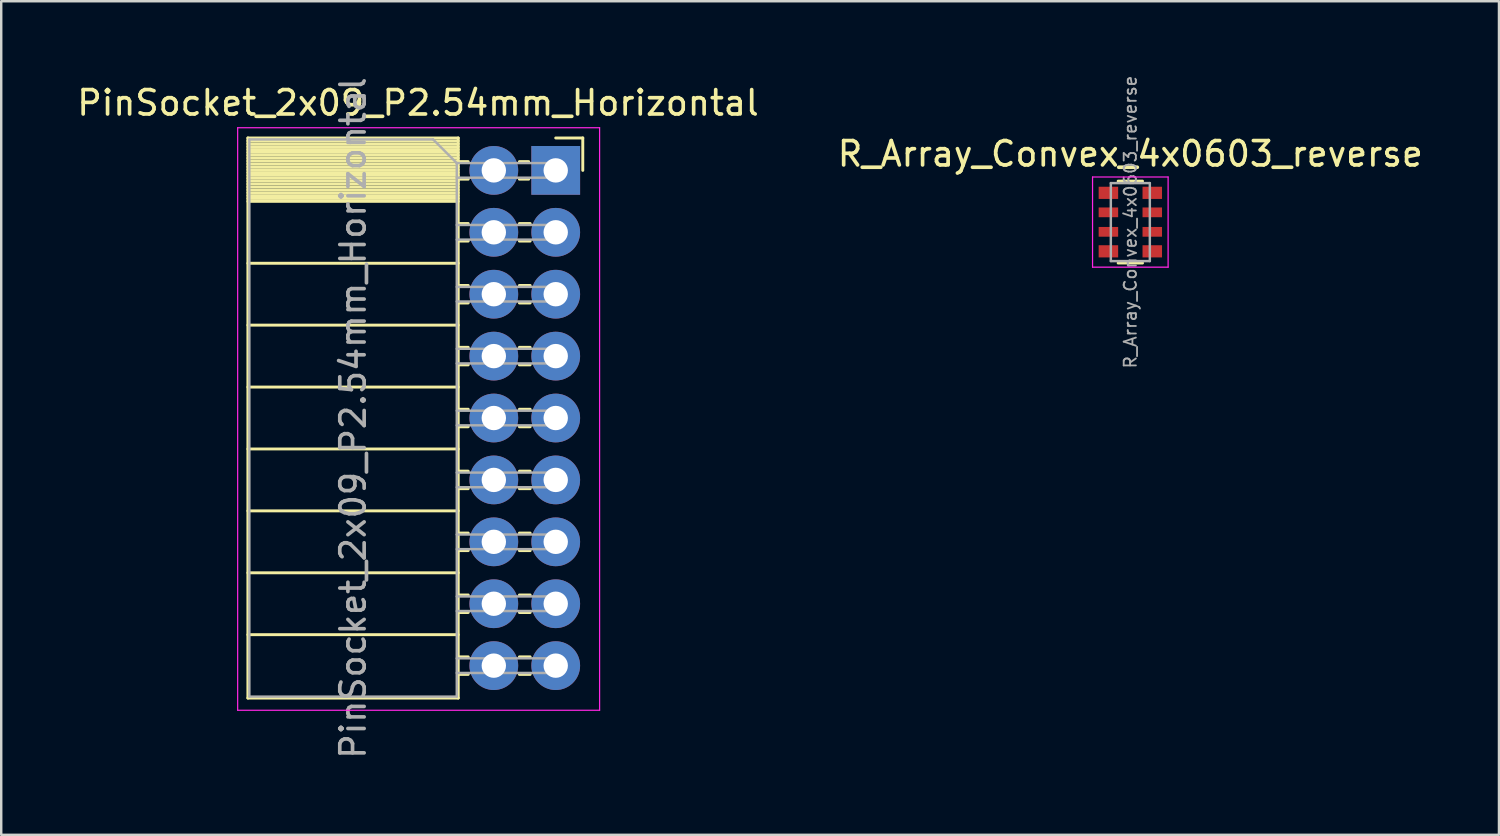
<source format=kicad_pcb>
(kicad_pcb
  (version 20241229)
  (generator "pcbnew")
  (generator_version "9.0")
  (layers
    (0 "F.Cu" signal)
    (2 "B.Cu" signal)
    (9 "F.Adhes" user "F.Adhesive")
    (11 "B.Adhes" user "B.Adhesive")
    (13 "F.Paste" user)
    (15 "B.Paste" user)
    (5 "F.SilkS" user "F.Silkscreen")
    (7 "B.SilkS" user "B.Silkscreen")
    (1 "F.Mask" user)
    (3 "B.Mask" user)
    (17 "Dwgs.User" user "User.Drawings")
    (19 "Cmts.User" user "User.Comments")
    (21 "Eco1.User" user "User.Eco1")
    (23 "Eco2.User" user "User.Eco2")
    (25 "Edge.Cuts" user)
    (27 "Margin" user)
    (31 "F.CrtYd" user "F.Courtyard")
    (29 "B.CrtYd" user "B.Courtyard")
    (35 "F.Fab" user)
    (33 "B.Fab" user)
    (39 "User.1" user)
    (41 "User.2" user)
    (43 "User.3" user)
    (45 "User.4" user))
  (footprint "PinSocket_2x09_P2.54mm_Horizontal"
    (layer "F.Cu")
    (at 19.751 3.941)
    (property "Reference" "PinSocket_2x09_P2.54mm_Horizontal" (at -5.65 -2.77 0) (layer "F.SilkS") (effects (font (size 1 1) (thickness 0.15))))
    (attr through_hole)
    (fp_line (start -12.63 -1.33) (end -12.63 21.65) (stroke (width 0.12) (type solid)) (layer "F.SilkS"))
    (fp_line (start -12.63 -1.33) (end -4 -1.33) (stroke (width 0.12) (type solid)) (layer "F.SilkS"))
    (fp_line (start -12.63 -1.21) (end -4 -1.21) (stroke (width 0.12) (type solid)) (layer "F.SilkS"))
    (fp_line (start -12.63 -1.092) (end -4 -1.092) (stroke (width 0.12) (type solid)) (layer "F.SilkS"))
    (fp_line (start -12.63 -0.974) (end -4 -0.974) (stroke (width 0.12) (type solid)) (layer "F.SilkS"))
    (fp_line (start -12.63 -0.856) (end -4 -0.856) (stroke (width 0.12) (type solid)) (layer "F.SilkS"))
    (fp_line (start -12.63 -0.738) (end -4 -0.738) (stroke (width 0.12) (type solid)) (layer "F.SilkS"))
    (fp_line (start -12.63 -0.62) (end -4 -0.62) (stroke (width 0.12) (type solid)) (layer "F.SilkS"))
    (fp_line (start -12.63 -0.501) (end -4 -0.501) (stroke (width 0.12) (type solid)) (layer "F.SilkS"))
    (fp_line (start -12.63 -0.383) (end -4 -0.383) (stroke (width 0.12) (type solid)) (layer "F.SilkS"))
    (fp_line (start -12.63 -0.265) (end -4 -0.265) (stroke (width 0.12) (type solid)) (layer "F.SilkS"))
    (fp_line (start -12.63 -0.147) (end -4 -0.147) (stroke (width 0.12) (type solid)) (layer "F.SilkS"))
    (fp_line (start -12.63 -0.029) (end -4 -0.029) (stroke (width 0.12) (type solid)) (layer "F.SilkS"))
    (fp_line (start -12.63 0.089) (end -4 0.089) (stroke (width 0.12) (type solid)) (layer "F.SilkS"))
    (fp_line (start -12.63 0.207) (end -4 0.207) (stroke (width 0.12) (type solid)) (layer "F.SilkS"))
    (fp_line (start -12.63 0.325) (end -4 0.325) (stroke (width 0.12) (type solid)) (layer "F.SilkS"))
    (fp_line (start -12.63 0.443) (end -4 0.443) (stroke (width 0.12) (type solid)) (layer "F.SilkS"))
    (fp_line (start -12.63 0.561) (end -4 0.561) (stroke (width 0.12) (type solid)) (layer "F.SilkS"))
    (fp_line (start -12.63 0.68) (end -4 0.68) (stroke (width 0.12) (type solid)) (layer "F.SilkS"))
    (fp_line (start -12.63 0.798) (end -4 0.798) (stroke (width 0.12) (type solid)) (layer "F.SilkS"))
    (fp_line (start -12.63 0.916) (end -4 0.916) (stroke (width 0.12) (type solid)) (layer "F.SilkS"))
    (fp_line (start -12.63 1.034) (end -4 1.034) (stroke (width 0.12) (type solid)) (layer "F.SilkS"))
    (fp_line (start -12.63 1.152) (end -4 1.152) (stroke (width 0.12) (type solid)) (layer "F.SilkS"))
    (fp_line (start -12.63 1.27) (end -4 1.27) (stroke (width 0.12) (type solid)) (layer "F.SilkS"))
    (fp_line (start -12.63 3.81) (end -4 3.81) (stroke (width 0.12) (type solid)) (layer "F.SilkS"))
    (fp_line (start -12.63 6.35) (end -4 6.35) (stroke (width 0.12) (type solid)) (layer "F.SilkS"))
    (fp_line (start -12.63 8.89) (end -4 8.89) (stroke (width 0.12) (type solid)) (layer "F.SilkS"))
    (fp_line (start -12.63 11.43) (end -4 11.43) (stroke (width 0.12) (type solid)) (layer "F.SilkS"))
    (fp_line (start -12.63 13.97) (end -4 13.97) (stroke (width 0.12) (type solid)) (layer "F.SilkS"))
    (fp_line (start -12.63 16.51) (end -4 16.51) (stroke (width 0.12) (type solid)) (layer "F.SilkS"))
    (fp_line (start -12.63 19.05) (end -4 19.05) (stroke (width 0.12) (type solid)) (layer "F.SilkS"))
    (fp_line (start -12.63 21.65) (end -4 21.65) (stroke (width 0.12) (type solid)) (layer "F.SilkS"))
    (fp_line (start -4 -1.33) (end -4 21.65) (stroke (width 0.12) (type solid)) (layer "F.SilkS"))
    (fp_line (start -4 -0.36) (end -3.59 -0.36) (stroke (width 0.12) (type solid)) (layer "F.SilkS"))
    (fp_line (start -4 0.36) (end -3.59 0.36) (stroke (width 0.12) (type solid)) (layer "F.SilkS"))
    (fp_line (start -4 2.18) (end -3.59 2.18) (stroke (width 0.12) (type solid)) (layer "F.SilkS"))
    (fp_line (start -4 2.9) (end -3.59 2.9) (stroke (width 0.12) (type solid)) (layer "F.SilkS"))
    (fp_line (start -4 4.72) (end -3.59 4.72) (stroke (width 0.12) (type solid)) (layer "F.SilkS"))
    (fp_line (start -4 5.44) (end -3.59 5.44) (stroke (width 0.12) (type solid)) (layer "F.SilkS"))
    (fp_line (start -4 7.26) (end -3.59 7.26) (stroke (width 0.12) (type solid)) (layer "F.SilkS"))
    (fp_line (start -4 7.98) (end -3.59 7.98) (stroke (width 0.12) (type solid)) (layer "F.SilkS"))
    (fp_line (start -4 9.8) (end -3.59 9.8) (stroke (width 0.12) (type solid)) (layer "F.SilkS"))
    (fp_line (start -4 10.52) (end -3.59 10.52) (stroke (width 0.12) (type solid)) (layer "F.SilkS"))
    (fp_line (start -4 12.34) (end -3.59 12.34) (stroke (width 0.12) (type solid)) (layer "F.SilkS"))
    (fp_line (start -4 13.06) (end -3.59 13.06) (stroke (width 0.12) (type solid)) (layer "F.SilkS"))
    (fp_line (start -4 14.88) (end -3.59 14.88) (stroke (width 0.12) (type solid)) (layer "F.SilkS"))
    (fp_line (start -4 15.6) (end -3.59 15.6) (stroke (width 0.12) (type solid)) (layer "F.SilkS"))
    (fp_line (start -4 17.42) (end -3.59 17.42) (stroke (width 0.12) (type solid)) (layer "F.SilkS"))
    (fp_line (start -4 18.14) (end -3.59 18.14) (stroke (width 0.12) (type solid)) (layer "F.SilkS"))
    (fp_line (start -4 19.96) (end -3.59 19.96) (stroke (width 0.12) (type solid)) (layer "F.SilkS"))
    (fp_line (start -4 20.68) (end -3.59 20.68) (stroke (width 0.12) (type solid)) (layer "F.SilkS"))
    (fp_line (start -1.49 -0.36) (end -1.11 -0.36) (stroke (width 0.12) (type solid)) (layer "F.SilkS"))
    (fp_line (start -1.49 0.36) (end -1.11 0.36) (stroke (width 0.12) (type solid)) (layer "F.SilkS"))
    (fp_line (start -1.49 2.18) (end -1.05 2.18) (stroke (width 0.12) (type solid)) (layer "F.SilkS"))
    (fp_line (start -1.49 2.9) (end -1.05 2.9) (stroke (width 0.12) (type solid)) (layer "F.SilkS"))
    (fp_line (start -1.49 4.72) (end -1.05 4.72) (stroke (width 0.12) (type solid)) (layer "F.SilkS"))
    (fp_line (start -1.49 5.44) (end -1.05 5.44) (stroke (width 0.12) (type solid)) (layer "F.SilkS"))
    (fp_line (start -1.49 7.26) (end -1.05 7.26) (stroke (width 0.12) (type solid)) (layer "F.SilkS"))
    (fp_line (start -1.49 7.98) (end -1.05 7.98) (stroke (width 0.12) (type solid)) (layer "F.SilkS"))
    (fp_line (start -1.49 9.8) (end -1.05 9.8) (stroke (width 0.12) (type solid)) (layer "F.SilkS"))
    (fp_line (start -1.49 10.52) (end -1.05 10.52) (stroke (width 0.12) (type solid)) (layer "F.SilkS"))
    (fp_line (start -1.49 12.34) (end -1.05 12.34) (stroke (width 0.12) (type solid)) (layer "F.SilkS"))
    (fp_line (start -1.49 13.06) (end -1.05 13.06) (stroke (width 0.12) (type solid)) (layer "F.SilkS"))
    (fp_line (start -1.49 14.88) (end -1.05 14.88) (stroke (width 0.12) (type solid)) (layer "F.SilkS"))
    (fp_line (start -1.49 15.6) (end -1.05 15.6) (stroke (width 0.12) (type solid)) (layer "F.SilkS"))
    (fp_line (start -1.49 17.42) (end -1.05 17.42) (stroke (width 0.12) (type solid)) (layer "F.SilkS"))
    (fp_line (start -1.49 18.14) (end -1.05 18.14) (stroke (width 0.12) (type solid)) (layer "F.SilkS"))
    (fp_line (start -1.49 19.96) (end -1.05 19.96) (stroke (width 0.12) (type solid)) (layer "F.SilkS"))
    (fp_line (start -1.49 20.68) (end -1.05 20.68) (stroke (width 0.12) (type solid)) (layer "F.SilkS"))
    (fp_line (start 0 -1.33) (end 1.11 -1.33) (stroke (width 0.12) (type solid)) (layer "F.SilkS"))
    (fp_line (start 1.11 -1.33) (end 1.11 0) (stroke (width 0.12) (type solid)) (layer "F.SilkS"))
    (fp_line (start -13.05 -1.75) (end -13.05 22.15) (stroke (width 0.05) (type solid)) (layer "F.CrtYd"))
    (fp_line (start -13.05 22.15) (end 1.8 22.15) (stroke (width 0.05) (type solid)) (layer "F.CrtYd"))
    (fp_line (start 1.8 -1.75) (end -13.05 -1.75) (stroke (width 0.05) (type solid)) (layer "F.CrtYd"))
    (fp_line (start 1.8 22.15) (end 1.8 -1.75) (stroke (width 0.05) (type solid)) (layer "F.CrtYd"))
    (fp_line (start -12.57 -1.27) (end -5.03 -1.27) (stroke (width 0.1) (type solid)) (layer "F.Fab"))
    (fp_line (start -12.57 21.59) (end -12.57 -1.27) (stroke (width 0.1) (type solid)) (layer "F.Fab"))
    (fp_line (start -5.03 -1.27) (end -4.06 -0.3) (stroke (width 0.1) (type solid)) (layer "F.Fab"))
    (fp_line (start -4.06 -0.3) (end -4.06 21.59) (stroke (width 0.1) (type solid)) (layer "F.Fab"))
    (fp_line (start -4.06 0.3) (end 0 0.3) (stroke (width 0.1) (type solid)) (layer "F.Fab"))
    (fp_line (start -4.06 2.84) (end 0 2.84) (stroke (width 0.1) (type solid)) (layer "F.Fab"))
    (fp_line (start -4.06 5.38) (end 0 5.38) (stroke (width 0.1) (type solid)) (layer "F.Fab"))
    (fp_line (start -4.06 7.92) (end 0 7.92) (stroke (width 0.1) (type solid)) (layer "F.Fab"))
    (fp_line (start -4.06 10.46) (end 0 10.46) (stroke (width 0.1) (type solid)) (layer "F.Fab"))
    (fp_line (start -4.06 13) (end 0 13) (stroke (width 0.1) (type solid)) (layer "F.Fab"))
    (fp_line (start -4.06 15.54) (end 0 15.54) (stroke (width 0.1) (type solid)) (layer "F.Fab"))
    (fp_line (start -4.06 18.08) (end 0 18.08) (stroke (width 0.1) (type solid)) (layer "F.Fab"))
    (fp_line (start -4.06 20.62) (end 0 20.62) (stroke (width 0.1) (type solid)) (layer "F.Fab"))
    (fp_line (start -4.06 21.59) (end -12.57 21.59) (stroke (width 0.1) (type solid)) (layer "F.Fab"))
    (fp_line (start 0 -0.3) (end -4.06 -0.3) (stroke (width 0.1) (type solid)) (layer "F.Fab"))
    (fp_line (start 0 0.3) (end 0 -0.3) (stroke (width 0.1) (type solid)) (layer "F.Fab"))
    (fp_line (start 0 2.24) (end -4.06 2.24) (stroke (width 0.1) (type solid)) (layer "F.Fab"))
    (fp_line (start 0 2.84) (end 0 2.24) (stroke (width 0.1) (type solid)) (layer "F.Fab"))
    (fp_line (start 0 4.78) (end -4.06 4.78) (stroke (width 0.1) (type solid)) (layer "F.Fab"))
    (fp_line (start 0 5.38) (end 0 4.78) (stroke (width 0.1) (type solid)) (layer "F.Fab"))
    (fp_line (start 0 7.32) (end -4.06 7.32) (stroke (width 0.1) (type solid)) (layer "F.Fab"))
    (fp_line (start 0 7.92) (end 0 7.32) (stroke (width 0.1) (type solid)) (layer "F.Fab"))
    (fp_line (start 0 9.86) (end -4.06 9.86) (stroke (width 0.1) (type solid)) (layer "F.Fab"))
    (fp_line (start 0 10.46) (end 0 9.86) (stroke (width 0.1) (type solid)) (layer "F.Fab"))
    (fp_line (start 0 12.4) (end -4.06 12.4) (stroke (width 0.1) (type solid)) (layer "F.Fab"))
    (fp_line (start 0 13) (end 0 12.4) (stroke (width 0.1) (type solid)) (layer "F.Fab"))
    (fp_line (start 0 14.94) (end -4.06 14.94) (stroke (width 0.1) (type solid)) (layer "F.Fab"))
    (fp_line (start 0 15.54) (end 0 14.94) (stroke (width 0.1) (type solid)) (layer "F.Fab"))
    (fp_line (start 0 17.48) (end -4.06 17.48) (stroke (width 0.1) (type solid)) (layer "F.Fab"))
    (fp_line (start 0 18.08) (end 0 17.48) (stroke (width 0.1) (type solid)) (layer "F.Fab"))
    (fp_line (start 0 20.02) (end -4.06 20.02) (stroke (width 0.1) (type solid)) (layer "F.Fab"))
    (fp_line (start 0 20.62) (end 0 20.02) (stroke (width 0.1) (type solid)) (layer "F.Fab"))
    (fp_text user "${REFERENCE}" (at -8.315 10.16 90) (layer "F.Fab") (effects (font (size 1 1) (thickness 0.15))))
    (pad "1" thru_hole rect (at 0 0) (size 2 2) (drill 1) (layers "*.Cu" "*.Mask"))
    (pad "2" thru_hole oval (at -2.54 0) (size 2 2) (drill 1) (layers "*.Cu" "*.Mask"))
    (pad "3" thru_hole oval (at 0 2.54) (size 2 2) (drill 1) (layers "*.Cu" "*.Mask"))
    (pad "4" thru_hole oval (at -2.54 2.54) (size 2 2) (drill 1) (layers "*.Cu" "*.Mask"))
    (pad "5" thru_hole oval (at 0 5.08) (size 2 2) (drill 1) (layers "*.Cu" "*.Mask"))
    (pad "6" thru_hole oval (at -2.54 5.08) (size 2 2) (drill 1) (layers "*.Cu" "*.Mask"))
    (pad "7" thru_hole oval (at 0 7.62) (size 2 2) (drill 1) (layers "*.Cu" "*.Mask"))
    (pad "8" thru_hole oval (at -2.54 7.62) (size 2 2) (drill 1) (layers "*.Cu" "*.Mask"))
    (pad "9" thru_hole oval (at 0 10.16) (size 2 2) (drill 1) (layers "*.Cu" "*.Mask"))
    (pad "10" thru_hole oval (at -2.54 10.16) (size 2 2) (drill 1) (layers "*.Cu" "*.Mask"))
    (pad "11" thru_hole oval (at 0 12.7) (size 2 2) (drill 1) (layers "*.Cu" "*.Mask"))
    (pad "12" thru_hole oval (at -2.54 12.7) (size 2 2) (drill 1) (layers "*.Cu" "*.Mask"))
    (pad "13" thru_hole oval (at 0 15.24) (size 2 2) (drill 1) (layers "*.Cu" "*.Mask"))
    (pad "14" thru_hole oval (at -2.54 15.24) (size 2 2) (drill 1) (layers "*.Cu" "*.Mask"))
    (pad "15" thru_hole oval (at 0 17.78) (size 2 2) (drill 1) (layers "*.Cu" "*.Mask"))
    (pad "16" thru_hole oval (at -2.54 17.78) (size 2 2) (drill 1) (layers "*.Cu" "*.Mask"))
    (pad "17" thru_hole oval (at 0 20.32) (size 2 2) (drill 1) (layers "*.Cu" "*.Mask"))
    (pad "18" thru_hole oval (at -2.54 20.32) (size 2 2) (drill 1) (layers "*.Cu" "*.Mask")))
  (footprint "R_Array_Convex_4x0603_reverse"
    (layer "F.Cu")
    (at 43.327 6.062)
    (property "Reference" "R_Array_Convex_4x0603_reverse" (at 0 -2.8 180) (layer "F.SilkS") (effects (font (size 1 1) (thickness 0.15))))
    (attr smd)
    (fp_line (start 0.5 -1.68) (end -0.5 -1.68) (stroke (width 0.12) (type solid)) (layer "F.SilkS"))
    (fp_line (start 0.5 1.68) (end -0.5 1.68) (stroke (width 0.12) (type solid)) (layer "F.SilkS"))
    (fp_line (start -1.55 -1.85) (end -1.55 1.85) (stroke (width 0.05) (type solid)) (layer "F.CrtYd"))
    (fp_line (start -1.55 -1.85) (end 1.55 -1.85) (stroke (width 0.05) (type solid)) (layer "F.CrtYd"))
    (fp_line (start 1.55 1.85) (end -1.55 1.85) (stroke (width 0.05) (type solid)) (layer "F.CrtYd"))
    (fp_line (start 1.55 1.85) (end 1.55 -1.85) (stroke (width 0.05) (type solid)) (layer "F.CrtYd"))
    (fp_line (start -0.8 -1.6) (end 0.8 -1.6) (stroke (width 0.1) (type solid)) (layer "F.Fab"))
    (fp_line (start -0.8 1.6) (end -0.8 -1.6) (stroke (width 0.1) (type solid)) (layer "F.Fab"))
    (fp_line (start 0.8 -1.6) (end 0.8 1.6) (stroke (width 0.1) (type solid)) (layer "F.Fab"))
    (fp_line (start 0.8 1.6) (end -0.8 1.6) (stroke (width 0.1) (type solid)) (layer "F.Fab"))
    (fp_text user "${REFERENCE}" (at 0 0 90) (layer "F.Fab") (effects (font (size 0.5 0.5) (thickness 0.075))))
    (pad "1" smd rect (at -0.9 1.2) (size 0.8 0.5) (layers "F.Cu" "F.Mask" "F.Paste"))
    (pad "2" smd rect (at -0.9 0.4) (size 0.8 0.4) (layers "F.Cu" "F.Mask" "F.Paste"))
    (pad "3" smd rect (at -0.9 -0.4) (size 0.8 0.4) (layers "F.Cu" "F.Mask" "F.Paste"))
    (pad "4" smd rect (at -0.9 -1.2) (size 0.8 0.5) (layers "F.Cu" "F.Mask" "F.Paste"))
    (pad "5" smd rect (at 0.9 -1.2) (size 0.8 0.5) (layers "F.Cu" "F.Mask" "F.Paste"))
    (pad "6" smd rect (at 0.9 -0.4) (size 0.8 0.4) (layers "F.Cu" "F.Mask" "F.Paste"))
    (pad "7" smd rect (at 0.9 0.4) (size 0.8 0.4) (layers "F.Cu" "F.Mask" "F.Paste"))
    (pad "8" smd rect (at 0.9 1.2) (size 0.8 0.5) (layers "F.Cu" "F.Mask" "F.Paste")))
  (gr_rect
    (start -3 -3)
    (end 58.452 31.202)
    (stroke (width 0.1) (type default))
    (fill no)
    (layer "Edge.Cuts")))
</source>
